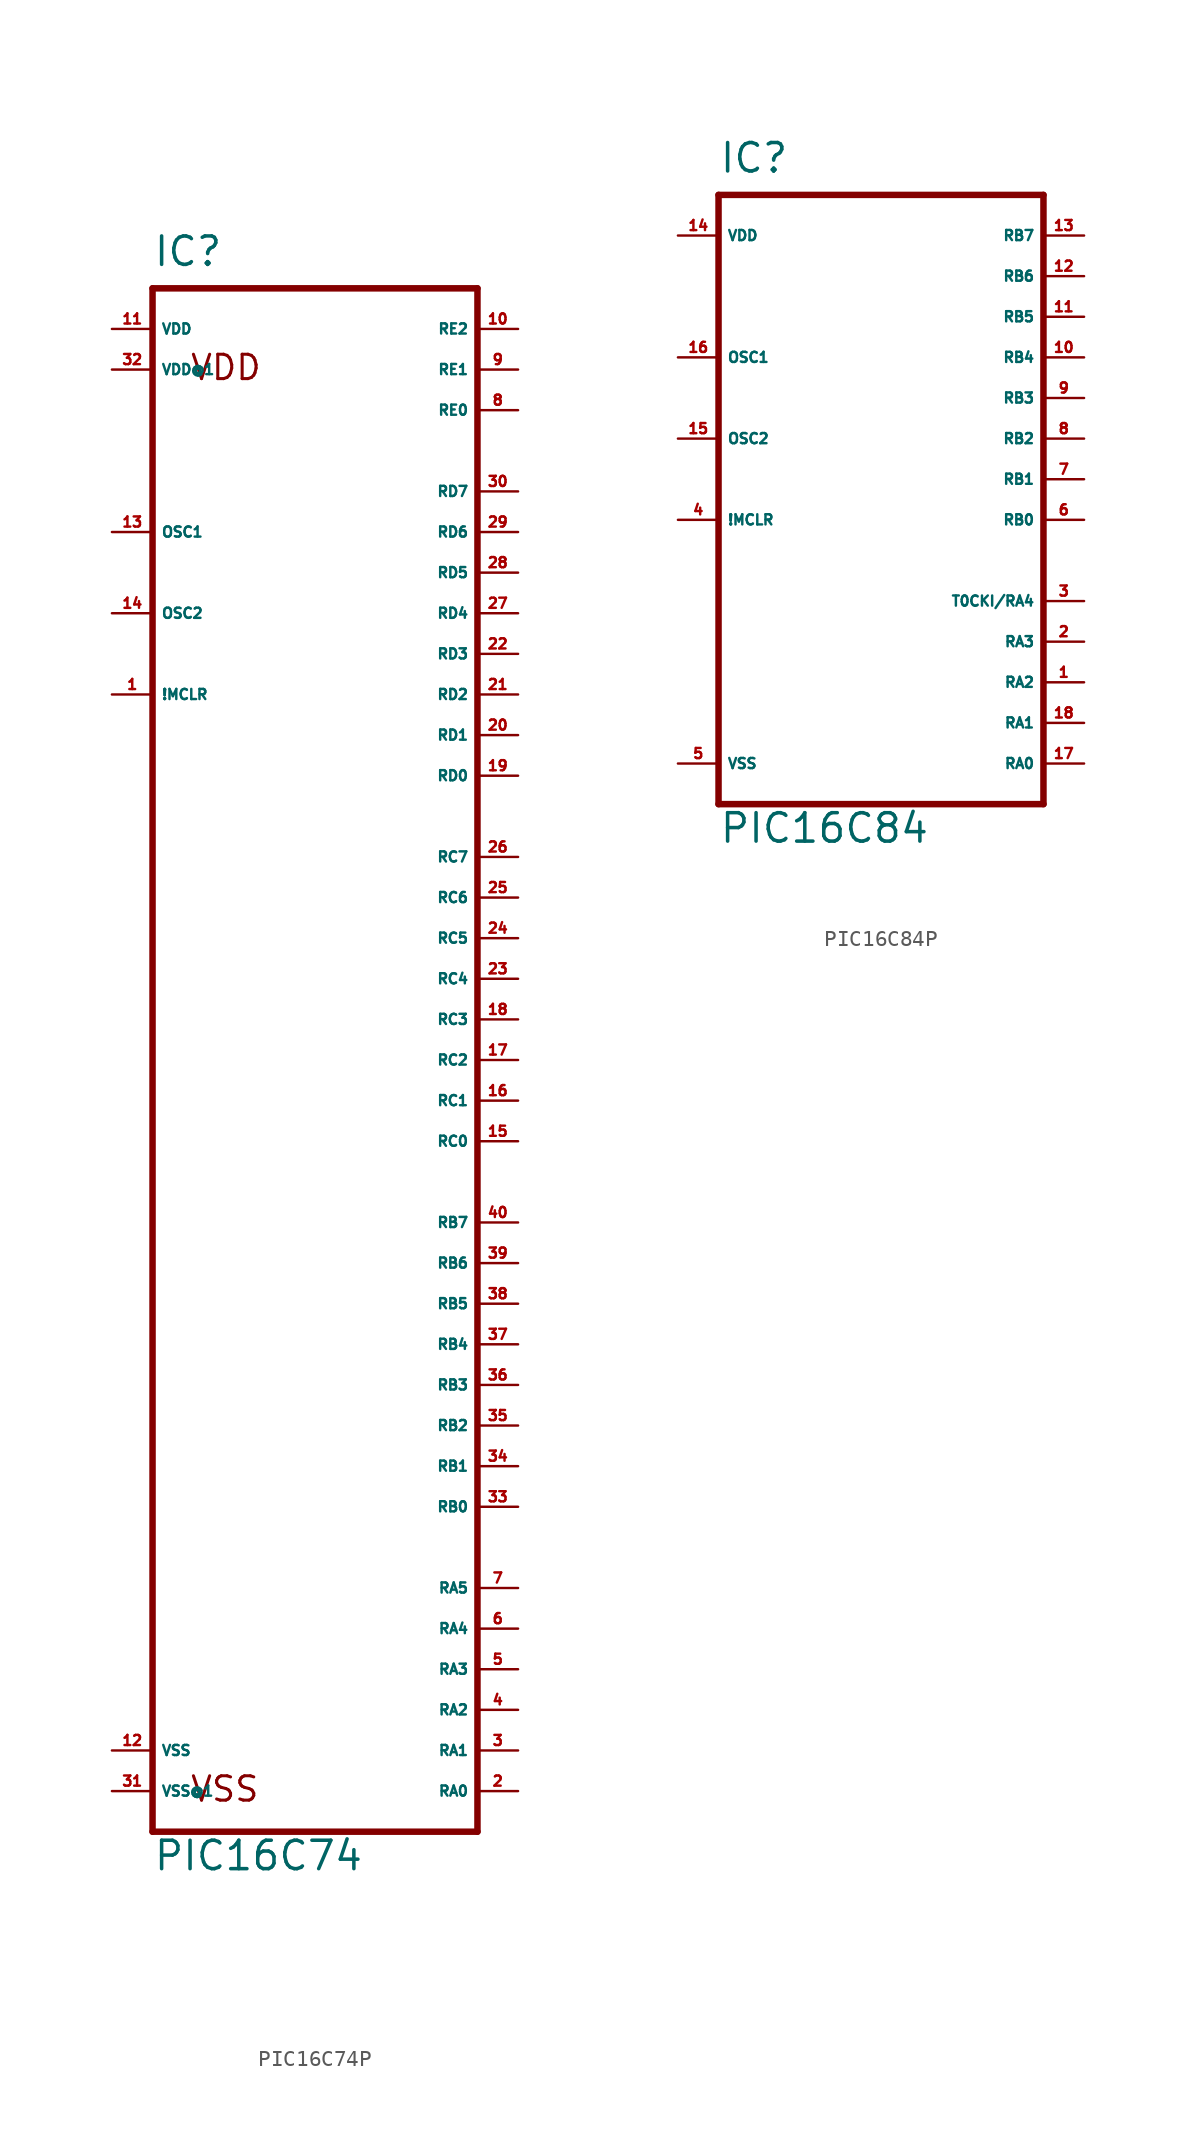
<source format=kicad_sym>
(kicad_symbol_lib
  (version 20220914)
  (generator Eagle2Kicad)
  (symbol "PIC16C74P"
    (property "Reference" "IC"
      (at -10.16 49.53 0)
      (effects (font (size 1.778 1.778) (thickness 0.22)) (justify left bottom)))
    (property "Value" "PIC16C74"
      (at -10.16 -50.8 0)
      (effects (font (size 1.778 1.778) (thickness 0.22)) (justify left bottom)))
    (polyline
      (pts (xy -10.16 -48.26) (xy 10.16 -48.26))
      (stroke (width 0.406) (type default))
      (fill (type none)))
    (polyline
      (pts (xy 10.16 -48.26) (xy 10.16 48.26))
      (stroke (width 0.406) (type default))
      (fill (type none)))
    (polyline
      (pts (xy 10.16 48.26) (xy -10.16 48.26))
      (stroke (width 0.406) (type default))
      (fill (type none)))
    (polyline
      (pts (xy -10.16 48.26) (xy -10.16 -48.26))
      (stroke (width 0.406) (type default))
      (fill (type none)))
    (text "VDD"
      (at -7.874 42.418 0)
      (effects (font (size 1.524 1.524) (thickness 0.19)) (justify left bottom)))
    (text "VSS"
      (at -7.874 -46.482 0)
      (effects (font (size 1.524 1.524) (thickness 0.19)) (justify left bottom)))
    (pin input line
      (at -12.7 22.86 0)
      (length 2.54)
      (name "!MCLR" (effects (font (size 0.635 0.635) (thickness 0.08)) (justify left bottom)))
      (number "1" (effects (font (size 0.635 0.635) (thickness 0.08)) (justify left bottom))))
    (pin input line
      (at -12.7 33.02 0)
      (length 2.54)
      (name "OSC1" (effects (font (size 0.635 0.635) (thickness 0.08)) (justify left bottom)))
      (number "13" (effects (font (size 0.635 0.635) (thickness 0.08)) (justify left bottom))))
    (pin bidirectional line
      (at 12.7 -45.72 180)
      (length 2.54)
      (name "RA0" (effects (font (size 0.635 0.635) (thickness 0.08)) (justify left bottom)))
      (number "2" (effects (font (size 0.635 0.635) (thickness 0.08)) (justify left bottom))))
    (pin bidirectional line
      (at 12.7 -43.18 180)
      (length 2.54)
      (name "RA1" (effects (font (size 0.635 0.635) (thickness 0.08)) (justify left bottom)))
      (number "3" (effects (font (size 0.635 0.635) (thickness 0.08)) (justify left bottom))))
    (pin bidirectional line
      (at 12.7 -40.64 180)
      (length 2.54)
      (name "RA2" (effects (font (size 0.635 0.635) (thickness 0.08)) (justify left bottom)))
      (number "4" (effects (font (size 0.635 0.635) (thickness 0.08)) (justify left bottom))))
    (pin bidirectional line
      (at 12.7 -38.1 180)
      (length 2.54)
      (name "RA3" (effects (font (size 0.635 0.635) (thickness 0.08)) (justify left bottom)))
      (number "5" (effects (font (size 0.635 0.635) (thickness 0.08)) (justify left bottom))))
    (pin bidirectional line
      (at 12.7 -35.56 180)
      (length 2.54)
      (name "RA4" (effects (font (size 0.635 0.635) (thickness 0.08)) (justify left bottom)))
      (number "6" (effects (font (size 0.635 0.635) (thickness 0.08)) (justify left bottom))))
    (pin bidirectional line
      (at 12.7 -33.02 180)
      (length 2.54)
      (name "RA5" (effects (font (size 0.635 0.635) (thickness 0.08)) (justify left bottom)))
      (number "7" (effects (font (size 0.635 0.635) (thickness 0.08)) (justify left bottom))))
    (pin bidirectional line
      (at 12.7 -27.94 180)
      (length 2.54)
      (name "RB0" (effects (font (size 0.635 0.635) (thickness 0.08)) (justify left bottom)))
      (number "33" (effects (font (size 0.635 0.635) (thickness 0.08)) (justify left bottom))))
    (pin bidirectional line
      (at 12.7 -25.4 180)
      (length 2.54)
      (name "RB1" (effects (font (size 0.635 0.635) (thickness 0.08)) (justify left bottom)))
      (number "34" (effects (font (size 0.635 0.635) (thickness 0.08)) (justify left bottom))))
    (pin bidirectional line
      (at 12.7 -22.86 180)
      (length 2.54)
      (name "RB2" (effects (font (size 0.635 0.635) (thickness 0.08)) (justify left bottom)))
      (number "35" (effects (font (size 0.635 0.635) (thickness 0.08)) (justify left bottom))))
    (pin bidirectional line
      (at 12.7 -20.32 180)
      (length 2.54)
      (name "RB3" (effects (font (size 0.635 0.635) (thickness 0.08)) (justify left bottom)))
      (number "36" (effects (font (size 0.635 0.635) (thickness 0.08)) (justify left bottom))))
    (pin bidirectional line
      (at 12.7 -17.78 180)
      (length 2.54)
      (name "RB4" (effects (font (size 0.635 0.635) (thickness 0.08)) (justify left bottom)))
      (number "37" (effects (font (size 0.635 0.635) (thickness 0.08)) (justify left bottom))))
    (pin bidirectional line
      (at 12.7 -15.24 180)
      (length 2.54)
      (name "RB5" (effects (font (size 0.635 0.635) (thickness 0.08)) (justify left bottom)))
      (number "38" (effects (font (size 0.635 0.635) (thickness 0.08)) (justify left bottom))))
    (pin bidirectional line
      (at 12.7 -12.7 180)
      (length 2.54)
      (name "RB6" (effects (font (size 0.635 0.635) (thickness 0.08)) (justify left bottom)))
      (number "39" (effects (font (size 0.635 0.635) (thickness 0.08)) (justify left bottom))))
    (pin output line
      (at 12.7 -5.08 180)
      (length 2.54)
      (name "RC0" (effects (font (size 0.635 0.635) (thickness 0.08)) (justify left bottom)))
      (number "15" (effects (font (size 0.635 0.635) (thickness 0.08)) (justify left bottom))))
    (pin output line
      (at 12.7 -2.54 180)
      (length 2.54)
      (name "RC1" (effects (font (size 0.635 0.635) (thickness 0.08)) (justify left bottom)))
      (number "16" (effects (font (size 0.635 0.635) (thickness 0.08)) (justify left bottom))))
    (pin output line
      (at 12.7 0 180)
      (length 2.54)
      (name "RC2" (effects (font (size 0.635 0.635) (thickness 0.08)) (justify left bottom)))
      (number "17" (effects (font (size 0.635 0.635) (thickness 0.08)) (justify left bottom))))
    (pin output line
      (at 12.7 2.54 180)
      (length 2.54)
      (name "RC3" (effects (font (size 0.635 0.635) (thickness 0.08)) (justify left bottom)))
      (number "18" (effects (font (size 0.635 0.635) (thickness 0.08)) (justify left bottom))))
    (pin output line
      (at 12.7 5.08 180)
      (length 2.54)
      (name "RC4" (effects (font (size 0.635 0.635) (thickness 0.08)) (justify left bottom)))
      (number "23" (effects (font (size 0.635 0.635) (thickness 0.08)) (justify left bottom))))
    (pin output line
      (at 12.7 7.62 180)
      (length 2.54)
      (name "RC5" (effects (font (size 0.635 0.635) (thickness 0.08)) (justify left bottom)))
      (number "24" (effects (font (size 0.635 0.635) (thickness 0.08)) (justify left bottom))))
    (pin output line
      (at 12.7 10.16 180)
      (length 2.54)
      (name "RC6" (effects (font (size 0.635 0.635) (thickness 0.08)) (justify left bottom)))
      (number "25" (effects (font (size 0.635 0.635) (thickness 0.08)) (justify left bottom))))
    (pin output line
      (at 12.7 12.7 180)
      (length 2.54)
      (name "RC7" (effects (font (size 0.635 0.635) (thickness 0.08)) (justify left bottom)))
      (number "26" (effects (font (size 0.635 0.635) (thickness 0.08)) (justify left bottom))))
    (pin bidirectional line
      (at 12.7 -10.16 180)
      (length 2.54)
      (name "RB7" (effects (font (size 0.635 0.635) (thickness 0.08)) (justify left bottom)))
      (number "40" (effects (font (size 0.635 0.635) (thickness 0.08)) (justify left bottom))))
    (pin bidirectional line
      (at 12.7 17.78 180)
      (length 2.54)
      (name "RD0" (effects (font (size 0.635 0.635) (thickness 0.08)) (justify left bottom)))
      (number "19" (effects (font (size 0.635 0.635) (thickness 0.08)) (justify left bottom))))
    (pin bidirectional line
      (at 12.7 20.32 180)
      (length 2.54)
      (name "RD1" (effects (font (size 0.635 0.635) (thickness 0.08)) (justify left bottom)))
      (number "20" (effects (font (size 0.635 0.635) (thickness 0.08)) (justify left bottom))))
    (pin bidirectional line
      (at 12.7 22.86 180)
      (length 2.54)
      (name "RD2" (effects (font (size 0.635 0.635) (thickness 0.08)) (justify left bottom)))
      (number "21" (effects (font (size 0.635 0.635) (thickness 0.08)) (justify left bottom))))
    (pin bidirectional line
      (at 12.7 25.4 180)
      (length 2.54)
      (name "RD3" (effects (font (size 0.635 0.635) (thickness 0.08)) (justify left bottom)))
      (number "22" (effects (font (size 0.635 0.635) (thickness 0.08)) (justify left bottom))))
    (pin bidirectional line
      (at 12.7 27.94 180)
      (length 2.54)
      (name "RD4" (effects (font (size 0.635 0.635) (thickness 0.08)) (justify left bottom)))
      (number "27" (effects (font (size 0.635 0.635) (thickness 0.08)) (justify left bottom))))
    (pin bidirectional line
      (at 12.7 30.48 180)
      (length 2.54)
      (name "RD5" (effects (font (size 0.635 0.635) (thickness 0.08)) (justify left bottom)))
      (number "28" (effects (font (size 0.635 0.635) (thickness 0.08)) (justify left bottom))))
    (pin bidirectional line
      (at 12.7 33.02 180)
      (length 2.54)
      (name "RD6" (effects (font (size 0.635 0.635) (thickness 0.08)) (justify left bottom)))
      (number "29" (effects (font (size 0.635 0.635) (thickness 0.08)) (justify left bottom))))
    (pin bidirectional line
      (at 12.7 35.56 180)
      (length 2.54)
      (name "RD7" (effects (font (size 0.635 0.635) (thickness 0.08)) (justify left bottom)))
      (number "30" (effects (font (size 0.635 0.635) (thickness 0.08)) (justify left bottom))))
    (pin output line
      (at -12.7 27.94 0)
      (length 2.54)
      (name "OSC2" (effects (font (size 0.635 0.635) (thickness 0.08)) (justify left bottom)))
      (number "14" (effects (font (size 0.635 0.635) (thickness 0.08)) (justify left bottom))))
    (pin unspecified line
      (at -12.7 -45.72 0)
      (length 2.54)
      (name "VSS@1" (effects (font (size 0.635 0.635) (thickness 0.08)) (justify left bottom)))
      (number "31" (effects (font (size 0.635 0.635) (thickness 0.08)) (justify left bottom))))
    (pin unspecified line
      (at -12.7 -43.18 0)
      (length 2.54)
      (name "VSS" (effects (font (size 0.635 0.635) (thickness 0.08)) (justify left bottom)))
      (number "12" (effects (font (size 0.635 0.635) (thickness 0.08)) (justify left bottom))))
    (pin unspecified line
      (at -12.7 43.18 0)
      (length 2.54)
      (name "VDD@1" (effects (font (size 0.635 0.635) (thickness 0.08)) (justify left bottom)))
      (number "32" (effects (font (size 0.635 0.635) (thickness 0.08)) (justify left bottom))))
    (pin unspecified line
      (at -12.7 45.72 0)
      (length 2.54)
      (name "VDD" (effects (font (size 0.635 0.635) (thickness 0.08)) (justify left bottom)))
      (number "11" (effects (font (size 0.635 0.635) (thickness 0.08)) (justify left bottom))))
    (pin bidirectional line
      (at 12.7 40.64 180)
      (length 2.54)
      (name "RE0" (effects (font (size 0.635 0.635) (thickness 0.08)) (justify left bottom)))
      (number "8" (effects (font (size 0.635 0.635) (thickness 0.08)) (justify left bottom))))
    (pin bidirectional line
      (at 12.7 43.18 180)
      (length 2.54)
      (name "RE1" (effects (font (size 0.635 0.635) (thickness 0.08)) (justify left bottom)))
      (number "9" (effects (font (size 0.635 0.635) (thickness 0.08)) (justify left bottom))))
    (pin bidirectional line
      (at 12.7 45.72 180)
      (length 2.54)
      (name "RE2" (effects (font (size 0.635 0.635) (thickness 0.08)) (justify left bottom)))
      (number "10" (effects (font (size 0.635 0.635) (thickness 0.08)) (justify left bottom)))))
  (symbol "PIC16C84P"
    (property "Reference" "IC"
      (at -10.16 19.05 0)
      (effects (font (size 1.778 1.778) (thickness 0.22)) (justify left bottom)))
    (property "Value" "PIC16C84"
      (at -10.16 -22.86 0)
      (effects (font (size 1.778 1.778) (thickness 0.22)) (justify left bottom)))
    (polyline
      (pts (xy 10.16 -20.32) (xy -10.16 -20.32))
      (stroke (width 0.406) (type default))
      (fill (type none)))
    (polyline
      (pts (xy -10.16 -20.32) (xy -10.16 17.78))
      (stroke (width 0.406) (type default))
      (fill (type none)))
    (polyline
      (pts (xy -10.16 17.78) (xy 10.16 17.78))
      (stroke (width 0.406) (type default))
      (fill (type none)))
    (polyline
      (pts (xy 10.16 17.78) (xy 10.16 -20.32))
      (stroke (width 0.406) (type default))
      (fill (type none)))
    (pin input line
      (at -12.7 -2.54 0)
      (length 2.54)
      (name "!MCLR" (effects (font (size 0.635 0.635) (thickness 0.08)) (justify left bottom)))
      (number "4" (effects (font (size 0.635 0.635) (thickness 0.08)) (justify left bottom))))
    (pin input line
      (at -12.7 7.62 0)
      (length 2.54)
      (name "OSC1" (effects (font (size 0.635 0.635) (thickness 0.08)) (justify left bottom)))
      (number "16" (effects (font (size 0.635 0.635) (thickness 0.08)) (justify left bottom))))
    (pin bidirectional line
      (at 12.7 -17.78 180)
      (length 2.54)
      (name "RA0" (effects (font (size 0.635 0.635) (thickness 0.08)) (justify left bottom)))
      (number "17" (effects (font (size 0.635 0.635) (thickness 0.08)) (justify left bottom))))
    (pin bidirectional line
      (at 12.7 -15.24 180)
      (length 2.54)
      (name "RA1" (effects (font (size 0.635 0.635) (thickness 0.08)) (justify left bottom)))
      (number "18" (effects (font (size 0.635 0.635) (thickness 0.08)) (justify left bottom))))
    (pin bidirectional line
      (at 12.7 -12.7 180)
      (length 2.54)
      (name "RA2" (effects (font (size 0.635 0.635) (thickness 0.08)) (justify left bottom)))
      (number "1" (effects (font (size 0.635 0.635) (thickness 0.08)) (justify left bottom))))
    (pin bidirectional line
      (at 12.7 -10.16 180)
      (length 2.54)
      (name "RA3" (effects (font (size 0.635 0.635) (thickness 0.08)) (justify left bottom)))
      (number "2" (effects (font (size 0.635 0.635) (thickness 0.08)) (justify left bottom))))
    (pin bidirectional line
      (at 12.7 -7.62 180)
      (length 2.54)
      (name "T0CKI/RA4" (effects (font (size 0.635 0.635) (thickness 0.08)) (justify left bottom)))
      (number "3" (effects (font (size 0.635 0.635) (thickness 0.08)) (justify left bottom))))
    (pin bidirectional line
      (at 12.7 -2.54 180)
      (length 2.54)
      (name "RB0" (effects (font (size 0.635 0.635) (thickness 0.08)) (justify left bottom)))
      (number "6" (effects (font (size 0.635 0.635) (thickness 0.08)) (justify left bottom))))
    (pin bidirectional line
      (at 12.7 0 180)
      (length 2.54)
      (name "RB1" (effects (font (size 0.635 0.635) (thickness 0.08)) (justify left bottom)))
      (number "7" (effects (font (size 0.635 0.635) (thickness 0.08)) (justify left bottom))))
    (pin bidirectional line
      (at 12.7 2.54 180)
      (length 2.54)
      (name "RB2" (effects (font (size 0.635 0.635) (thickness 0.08)) (justify left bottom)))
      (number "8" (effects (font (size 0.635 0.635) (thickness 0.08)) (justify left bottom))))
    (pin bidirectional line
      (at 12.7 5.08 180)
      (length 2.54)
      (name "RB3" (effects (font (size 0.635 0.635) (thickness 0.08)) (justify left bottom)))
      (number "9" (effects (font (size 0.635 0.635) (thickness 0.08)) (justify left bottom))))
    (pin bidirectional line
      (at 12.7 7.62 180)
      (length 2.54)
      (name "RB4" (effects (font (size 0.635 0.635) (thickness 0.08)) (justify left bottom)))
      (number "10" (effects (font (size 0.635 0.635) (thickness 0.08)) (justify left bottom))))
    (pin bidirectional line
      (at 12.7 10.16 180)
      (length 2.54)
      (name "RB5" (effects (font (size 0.635 0.635) (thickness 0.08)) (justify left bottom)))
      (number "11" (effects (font (size 0.635 0.635) (thickness 0.08)) (justify left bottom))))
    (pin bidirectional line
      (at 12.7 12.7 180)
      (length 2.54)
      (name "RB6" (effects (font (size 0.635 0.635) (thickness 0.08)) (justify left bottom)))
      (number "12" (effects (font (size 0.635 0.635) (thickness 0.08)) (justify left bottom))))
    (pin bidirectional line
      (at 12.7 15.24 180)
      (length 2.54)
      (name "RB7" (effects (font (size 0.635 0.635) (thickness 0.08)) (justify left bottom)))
      (number "13" (effects (font (size 0.635 0.635) (thickness 0.08)) (justify left bottom))))
    (pin output line
      (at -12.7 2.54 0)
      (length 2.54)
      (name "OSC2" (effects (font (size 0.635 0.635) (thickness 0.08)) (justify left bottom)))
      (number "15" (effects (font (size 0.635 0.635) (thickness 0.08)) (justify left bottom))))
    (pin unspecified line
      (at -12.7 -17.78 0)
      (length 2.54)
      (name "VSS" (effects (font (size 0.635 0.635) (thickness 0.08)) (justify left bottom)))
      (number "5" (effects (font (size 0.635 0.635) (thickness 0.08)) (justify left bottom))))
    (pin unspecified line
      (at -12.7 15.24 0)
      (length 2.54)
      (name "VDD" (effects (font (size 0.635 0.635) (thickness 0.08)) (justify left bottom)))
      (number "14" (effects (font (size 0.635 0.635) (thickness 0.08)) (justify left bottom))))))
</source>
